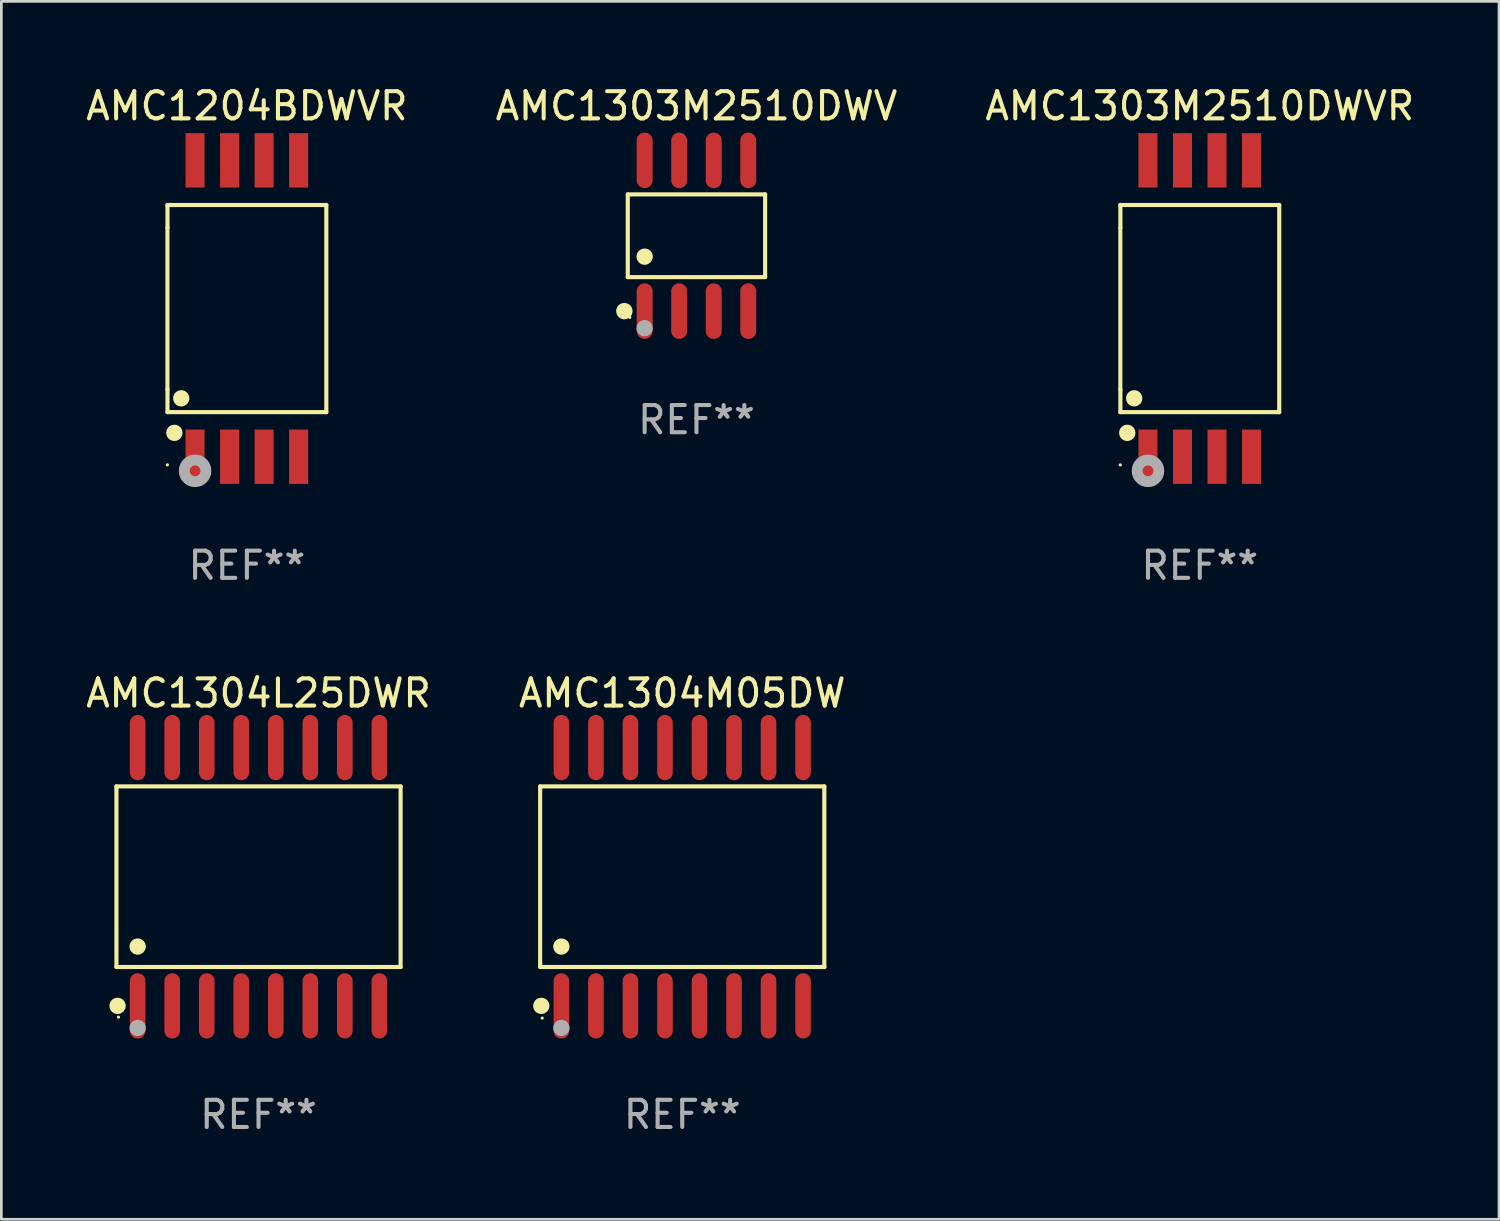
<source format=kicad_pcb>
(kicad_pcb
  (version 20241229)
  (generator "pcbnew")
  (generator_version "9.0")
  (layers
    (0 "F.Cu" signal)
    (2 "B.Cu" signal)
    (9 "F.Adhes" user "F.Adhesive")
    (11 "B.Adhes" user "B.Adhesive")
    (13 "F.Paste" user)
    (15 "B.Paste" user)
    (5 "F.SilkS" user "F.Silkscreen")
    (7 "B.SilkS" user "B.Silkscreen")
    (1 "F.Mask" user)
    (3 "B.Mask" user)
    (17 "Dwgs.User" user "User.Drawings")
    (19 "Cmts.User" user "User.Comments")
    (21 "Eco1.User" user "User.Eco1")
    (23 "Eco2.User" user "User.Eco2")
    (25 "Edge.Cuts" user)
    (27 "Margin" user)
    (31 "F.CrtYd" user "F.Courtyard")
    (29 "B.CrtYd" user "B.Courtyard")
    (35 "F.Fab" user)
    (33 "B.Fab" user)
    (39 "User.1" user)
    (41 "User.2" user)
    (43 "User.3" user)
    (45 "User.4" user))
  (footprint "AMC1304M05DW"
    (layer "F.Cu")
    (at 22.042 29.195)
    (property "Reference" "AMC1304M05DW" (at 0 -6.75 0) (layer "F.SilkS") (effects (font (size 1 1) (thickness 0.15))))
    (attr through_hole)
    (fp_line (start -5.226 -3.321) (end 5.226 -3.321) (stroke (width 0.152) (type solid)) (layer "F.SilkS"))
    (fp_line (start -5.226 3.321) (end -5.226 -3.321) (stroke (width 0.152) (type solid)) (layer "F.SilkS"))
    (fp_line (start 5.226 -3.321) (end 5.226 3.321) (stroke (width 0.152) (type solid)) (layer "F.SilkS"))
    (fp_line (start 5.226 3.321) (end -5.226 3.321) (stroke (width 0.152) (type solid)) (layer "F.SilkS"))
    (fp_circle (center -5.184 4.75) (end -5.034 4.75) (stroke (width 0.3) (type solid)) (fill no) (layer "F.SilkS"))
    (fp_circle (center -5.15 5.2) (end -5.12 5.2) (stroke (width 0.06) (type solid)) (fill no) (layer "F.SilkS"))
    (fp_circle (center -4.445 2.569) (end -4.295 2.569) (stroke (width 0.3) (type solid)) (fill no) (layer "F.SilkS"))
    (fp_circle (center -4.445 5.563) (end -4.295 5.563) (stroke (width 0.3) (type solid)) (fill no) (layer "F.Fab"))
    (fp_text user "REF**" (at 0 8.75 0) (layer "F.Fab") (effects (font (size 1 1) (thickness 0.15))))
    (pad "1" smd oval (at -4.445 4.75) (size 0.574 2.401) (layers "F.Cu" "F.Mask" "F.Paste"))
    (pad "2" smd oval (at -3.175 4.75) (size 0.574 2.401) (layers "F.Cu" "F.Mask" "F.Paste"))
    (pad "3" smd oval (at -1.905 4.75) (size 0.574 2.401) (layers "F.Cu" "F.Mask" "F.Paste"))
    (pad "4" smd oval (at -0.635 4.75) (size 0.574 2.401) (layers "F.Cu" "F.Mask" "F.Paste"))
    (pad "5" smd oval (at 0.635 4.75) (size 0.574 2.401) (layers "F.Cu" "F.Mask" "F.Paste"))
    (pad "6" smd oval (at 1.905 4.75) (size 0.574 2.401) (layers "F.Cu" "F.Mask" "F.Paste"))
    (pad "7" smd oval (at 3.175 4.75) (size 0.574 2.401) (layers "F.Cu" "F.Mask" "F.Paste"))
    (pad "8" smd oval (at 4.445 4.75) (size 0.574 2.401) (layers "F.Cu" "F.Mask" "F.Paste"))
    (pad "9" smd oval (at 4.445 -4.75) (size 0.574 2.401) (layers "F.Cu" "F.Mask" "F.Paste"))
    (pad "10" smd oval (at 3.175 -4.75) (size 0.574 2.401) (layers "F.Cu" "F.Mask" "F.Paste"))
    (pad "11" smd oval (at 1.905 -4.75) (size 0.574 2.401) (layers "F.Cu" "F.Mask" "F.Paste"))
    (pad "12" smd oval (at 0.635 -4.75) (size 0.574 2.401) (layers "F.Cu" "F.Mask" "F.Paste"))
    (pad "13" smd oval (at -0.635 -4.75) (size 0.574 2.401) (layers "F.Cu" "F.Mask" "F.Paste"))
    (pad "14" smd oval (at -1.905 -4.75) (size 0.574 2.401) (layers "F.Cu" "F.Mask" "F.Paste"))
    (pad "15" smd oval (at -3.175 -4.75) (size 0.574 2.401) (layers "F.Cu" "F.Mask" "F.Paste"))
    (pad "16" smd oval (at -4.445 -4.75) (size 0.574 2.401) (layers "F.Cu" "F.Mask" "F.Paste")))
  (footprint "AMC1303M2510DWVR"
    (layer "F.Cu")
    (at 41.077 8.298)
    (property "Reference" "AMC1303M2510DWVR" (at 0 -7.45 0) (layer "F.SilkS") (effects (font (size 1 1) (thickness 0.15))))
    (attr through_hole)
    (fp_line (start -2.922 -2.974) (end -2.922 2.974) (stroke (width 0.15) (type solid)) (layer "F.SilkS"))
    (fp_line (start -2.92 -3.809) (end 2.922 -3.809) (stroke (width 0.152) (type solid)) (layer "F.SilkS"))
    (fp_line (start -2.92 -2.974) (end -2.92 -3.809) (stroke (width 0.152) (type solid)) (layer "F.SilkS"))
    (fp_line (start -2.92 3.811) (end -2.92 2.975) (stroke (width 0.152) (type solid)) (layer "F.SilkS"))
    (fp_line (start 2.922 -3.809) (end 2.922 3.811) (stroke (width 0.152) (type solid)) (layer "F.SilkS"))
    (fp_line (start 2.922 3.811) (end -2.92 3.811) (stroke (width 0.152) (type solid)) (layer "F.SilkS"))
    (fp_circle (center -2.925 5.75) (end -2.895 5.75) (stroke (width 0.06) (type solid)) (fill no) (layer "F.SilkS"))
    (fp_circle (center -2.667 4.572) (end -2.517 4.572) (stroke (width 0.3) (type solid)) (fill no) (layer "F.SilkS"))
    (fp_circle (center -2.413 3.302) (end -2.263 3.302) (stroke (width 0.3) (type solid)) (fill no) (layer "F.SilkS"))
    (fp_circle (center -1.905 5.969) (end -1.706 5.969) (stroke (width 0.4) (type solid)) (fill no) (layer "F.Fab"))
    (fp_text user "REF**" (at 0 9.45 0) (layer "F.Fab") (effects (font (size 1 1) (thickness 0.15))))
    (pad "1" smd rect (at -1.906 5.45) (size 0.7 2) (layers "F.Cu" "F.Mask" "F.Paste"))
    (pad "2" smd rect (at -0.636 5.45) (size 0.7 2) (layers "F.Cu" "F.Mask" "F.Paste"))
    (pad "3" smd rect (at 0.634 5.45) (size 0.7 2) (layers "F.Cu" "F.Mask" "F.Paste"))
    (pad "4" smd rect (at 1.904 5.45) (size 0.7 2) (layers "F.Cu" "F.Mask" "F.Paste"))
    (pad "5" smd rect (at 1.904 -5.45) (size 0.7 2) (layers "F.Cu" "F.Mask" "F.Paste"))
    (pad "6" smd rect (at 0.634 -5.45) (size 0.7 2) (layers "F.Cu" "F.Mask" "F.Paste"))
    (pad "7" smd rect (at -0.636 -5.45) (size 0.7 2) (layers "F.Cu" "F.Mask" "F.Paste"))
    (pad "8" smd rect (at -1.906 -5.45) (size 0.7 2) (layers "F.Cu" "F.Mask" "F.Paste")))
  (footprint "AMC1204BDWVR"
    (layer "F.Cu")
    (at 6.03 8.298)
    (property "Reference" "AMC1204BDWVR" (at 0 -7.45 0) (layer "F.SilkS") (effects (font (size 1 1) (thickness 0.15))))
    (attr through_hole)
    (fp_line (start -2.922 -2.974) (end -2.922 2.974) (stroke (width 0.15) (type solid)) (layer "F.SilkS"))
    (fp_line (start -2.92 -3.809) (end 2.922 -3.809) (stroke (width 0.152) (type solid)) (layer "F.SilkS"))
    (fp_line (start -2.92 -2.974) (end -2.92 -3.809) (stroke (width 0.152) (type solid)) (layer "F.SilkS"))
    (fp_line (start -2.92 3.811) (end -2.92 2.975) (stroke (width 0.152) (type solid)) (layer "F.SilkS"))
    (fp_line (start 2.922 -3.809) (end 2.922 3.811) (stroke (width 0.152) (type solid)) (layer "F.SilkS"))
    (fp_line (start 2.922 3.811) (end -2.92 3.811) (stroke (width 0.152) (type solid)) (layer "F.SilkS"))
    (fp_circle (center -2.925 5.75) (end -2.895 5.75) (stroke (width 0.06) (type solid)) (fill no) (layer "F.SilkS"))
    (fp_circle (center -2.667 4.572) (end -2.517 4.572) (stroke (width 0.3) (type solid)) (fill no) (layer "F.SilkS"))
    (fp_circle (center -2.413 3.302) (end -2.263 3.302) (stroke (width 0.3) (type solid)) (fill no) (layer "F.SilkS"))
    (fp_circle (center -1.905 5.969) (end -1.706 5.969) (stroke (width 0.4) (type solid)) (fill no) (layer "F.Fab"))
    (fp_text user "REF**" (at 0 9.45 0) (layer "F.Fab") (effects (font (size 1 1) (thickness 0.15))))
    (pad "1" smd rect (at -1.906 5.45) (size 0.7 2) (layers "F.Cu" "F.Mask" "F.Paste"))
    (pad "2" smd rect (at -0.636 5.45) (size 0.7 2) (layers "F.Cu" "F.Mask" "F.Paste"))
    (pad "3" smd rect (at 0.634 5.45) (size 0.7 2) (layers "F.Cu" "F.Mask" "F.Paste"))
    (pad "4" smd rect (at 1.904 5.45) (size 0.7 2) (layers "F.Cu" "F.Mask" "F.Paste"))
    (pad "5" smd rect (at 1.904 -5.45) (size 0.7 2) (layers "F.Cu" "F.Mask" "F.Paste"))
    (pad "6" smd rect (at 0.634 -5.45) (size 0.7 2) (layers "F.Cu" "F.Mask" "F.Paste"))
    (pad "7" smd rect (at -0.636 -5.45) (size 0.7 2) (layers "F.Cu" "F.Mask" "F.Paste"))
    (pad "8" smd rect (at -1.906 -5.45) (size 0.7 2) (layers "F.Cu" "F.Mask" "F.Paste")))
  (footprint "AMC1303M2510DWV"
    (layer "F.Cu")
    (at 22.565 5.621)
    (property "Reference" "AMC1303M2510DWV" (at 0 -4.772 0) (layer "F.SilkS") (effects (font (size 1 1) (thickness 0.15))))
    (attr through_hole)
    (fp_line (start -2.526 -1.521) (end 2.526 -1.521) (stroke (width 0.152) (type solid)) (layer "F.SilkS"))
    (fp_line (start -2.526 1.521) (end -2.526 -1.521) (stroke (width 0.152) (type solid)) (layer "F.SilkS"))
    (fp_line (start 2.526 -1.521) (end 2.526 1.521) (stroke (width 0.152) (type solid)) (layer "F.SilkS"))
    (fp_line (start 2.526 1.521) (end -2.526 1.521) (stroke (width 0.152) (type solid)) (layer "F.SilkS"))
    (fp_circle (center -2.652 2.772) (end -2.501 2.772) (stroke (width 0.3) (type solid)) (fill no) (layer "F.SilkS"))
    (fp_circle (center -2.45 3) (end -2.42 3) (stroke (width 0.06) (type solid)) (fill no) (layer "F.SilkS"))
    (fp_circle (center -1.905 0.769) (end -1.755 0.769) (stroke (width 0.3) (type solid)) (fill no) (layer "F.SilkS"))
    (fp_circle (center -1.905 3.4) (end -1.755 3.4) (stroke (width 0.3) (type solid)) (fill no) (layer "F.Fab"))
    (fp_text user "REF**" (at 0 6.772 0) (layer "F.Fab") (effects (font (size 1 1) (thickness 0.15))))
    (pad "1" smd oval (at -1.905 2.772) (size 0.588 2.045) (layers "F.Cu" "F.Mask" "F.Paste"))
    (pad "2" smd oval (at -0.635 2.772) (size 0.588 2.045) (layers "F.Cu" "F.Mask" "F.Paste"))
    (pad "3" smd oval (at 0.635 2.772) (size 0.588 2.045) (layers "F.Cu" "F.Mask" "F.Paste"))
    (pad "4" smd oval (at 1.905 2.772) (size 0.588 2.045) (layers "F.Cu" "F.Mask" "F.Paste"))
    (pad "5" smd oval (at 1.905 -2.772) (size 0.588 2.045) (layers "F.Cu" "F.Mask" "F.Paste"))
    (pad "6" smd oval (at 0.635 -2.772) (size 0.588 2.045) (layers "F.Cu" "F.Mask" "F.Paste"))
    (pad "7" smd oval (at -0.635 -2.772) (size 0.588 2.045) (layers "F.Cu" "F.Mask" "F.Paste"))
    (pad "8" smd oval (at -1.905 -2.772) (size 0.588 2.045) (layers "F.Cu" "F.Mask" "F.Paste")))
  (footprint "AMC1304L25DWR"
    (layer "F.Cu")
    (at 6.458 29.195)
    (property "Reference" "AMC1304L25DWR" (at 0 -6.75 0) (layer "F.SilkS") (effects (font (size 1 1) (thickness 0.15))))
    (attr through_hole)
    (fp_line (start -5.226 -3.321) (end 5.226 -3.321) (stroke (width 0.152) (type solid)) (layer "F.SilkS"))
    (fp_line (start -5.226 3.321) (end -5.226 -3.321) (stroke (width 0.152) (type solid)) (layer "F.SilkS"))
    (fp_line (start 5.226 -3.321) (end 5.226 3.321) (stroke (width 0.152) (type solid)) (layer "F.SilkS"))
    (fp_line (start 5.226 3.321) (end -5.226 3.321) (stroke (width 0.152) (type solid)) (layer "F.SilkS"))
    (fp_circle (center -5.184 4.75) (end -5.034 4.75) (stroke (width 0.3) (type solid)) (fill no) (layer "F.SilkS"))
    (fp_circle (center -5.15 5.163) (end -5.12 5.163) (stroke (width 0.06) (type solid)) (fill no) (layer "F.SilkS"))
    (fp_circle (center -4.445 2.569) (end -4.295 2.569) (stroke (width 0.3) (type solid)) (fill no) (layer "F.SilkS"))
    (fp_circle (center -4.445 5.563) (end -4.295 5.563) (stroke (width 0.3) (type solid)) (fill no) (layer "F.Fab"))
    (fp_text user "REF**" (at 0 8.75 0) (layer "F.Fab") (effects (font (size 1 1) (thickness 0.15))))
    (pad "1" smd oval (at -4.445 4.75) (size 0.574 2.401) (layers "F.Cu" "F.Mask" "F.Paste"))
    (pad "2" smd oval (at -3.175 4.75) (size 0.574 2.401) (layers "F.Cu" "F.Mask" "F.Paste"))
    (pad "3" smd oval (at -1.905 4.75) (size 0.574 2.401) (layers "F.Cu" "F.Mask" "F.Paste"))
    (pad "4" smd oval (at -0.635 4.75) (size 0.574 2.401) (layers "F.Cu" "F.Mask" "F.Paste"))
    (pad "5" smd oval (at 0.635 4.75) (size 0.574 2.401) (layers "F.Cu" "F.Mask" "F.Paste"))
    (pad "6" smd oval (at 1.905 4.75) (size 0.574 2.401) (layers "F.Cu" "F.Mask" "F.Paste"))
    (pad "7" smd oval (at 3.175 4.75) (size 0.574 2.401) (layers "F.Cu" "F.Mask" "F.Paste"))
    (pad "8" smd oval (at 4.445 4.75) (size 0.574 2.401) (layers "F.Cu" "F.Mask" "F.Paste"))
    (pad "9" smd oval (at 4.445 -4.75) (size 0.574 2.401) (layers "F.Cu" "F.Mask" "F.Paste"))
    (pad "10" smd oval (at 3.175 -4.75) (size 0.574 2.401) (layers "F.Cu" "F.Mask" "F.Paste"))
    (pad "11" smd oval (at 1.905 -4.75) (size 0.574 2.401) (layers "F.Cu" "F.Mask" "F.Paste"))
    (pad "12" smd oval (at 0.635 -4.75) (size 0.574 2.401) (layers "F.Cu" "F.Mask" "F.Paste"))
    (pad "13" smd oval (at -0.635 -4.75) (size 0.574 2.401) (layers "F.Cu" "F.Mask" "F.Paste"))
    (pad "14" smd oval (at -1.905 -4.75) (size 0.574 2.401) (layers "F.Cu" "F.Mask" "F.Paste"))
    (pad "15" smd oval (at -3.175 -4.75) (size 0.574 2.401) (layers "F.Cu" "F.Mask" "F.Paste"))
    (pad "16" smd oval (at -4.445 -4.75) (size 0.574 2.401) (layers "F.Cu" "F.Mask" "F.Paste")))
  (gr_rect
    (start -3 -3)
    (end 52.083 41.794)
    (stroke (width 0.1) (type default))
    (fill no)
    (layer "Edge.Cuts")))
</source>
